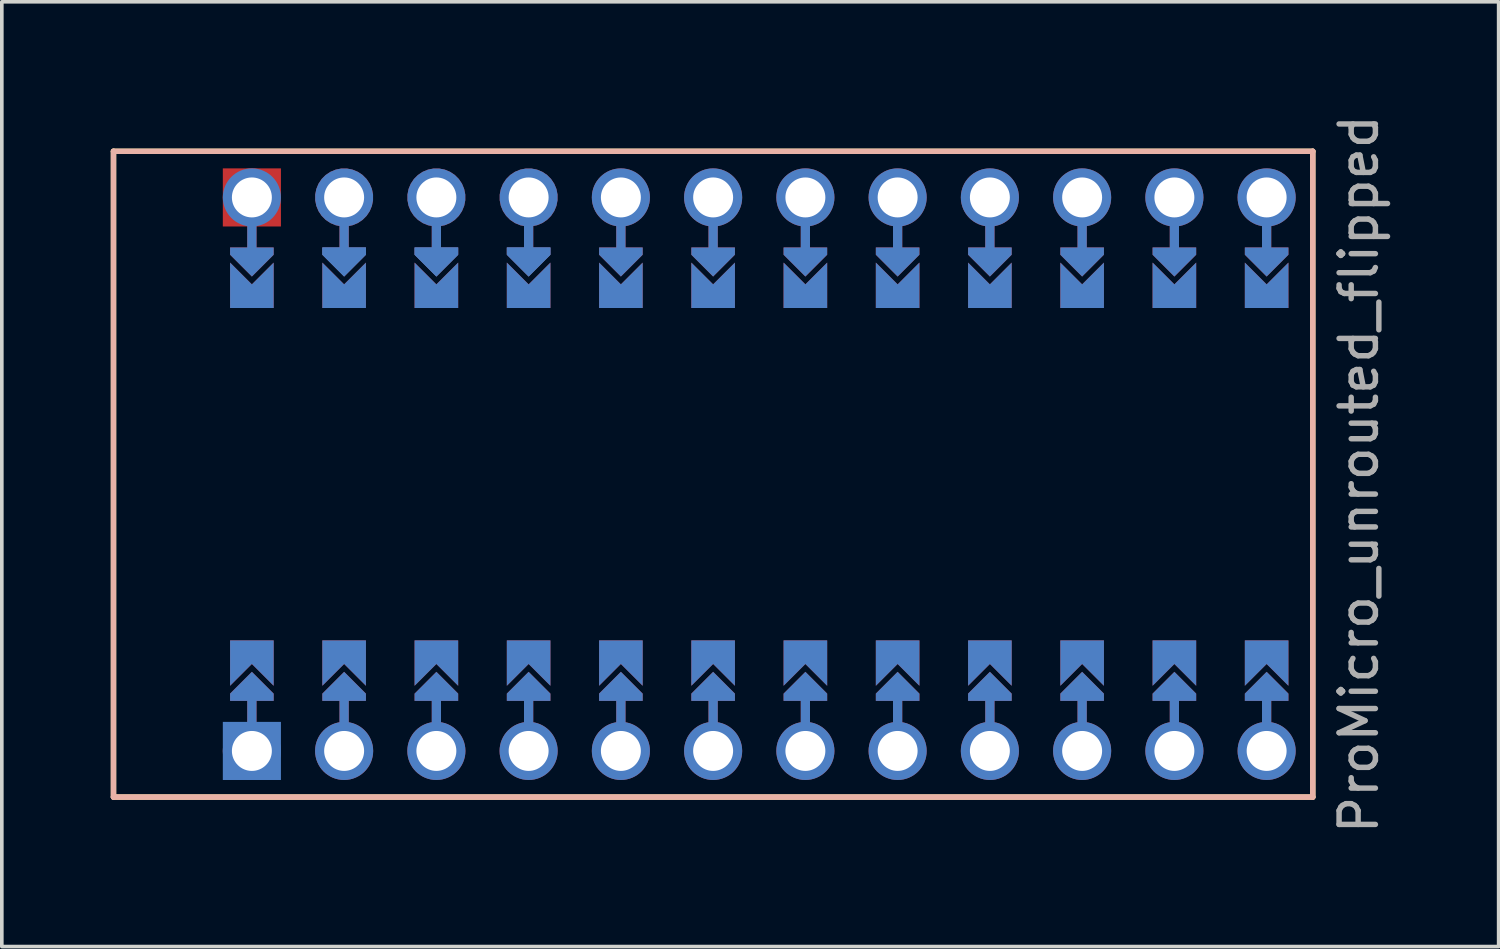
<source format=kicad_pcb>
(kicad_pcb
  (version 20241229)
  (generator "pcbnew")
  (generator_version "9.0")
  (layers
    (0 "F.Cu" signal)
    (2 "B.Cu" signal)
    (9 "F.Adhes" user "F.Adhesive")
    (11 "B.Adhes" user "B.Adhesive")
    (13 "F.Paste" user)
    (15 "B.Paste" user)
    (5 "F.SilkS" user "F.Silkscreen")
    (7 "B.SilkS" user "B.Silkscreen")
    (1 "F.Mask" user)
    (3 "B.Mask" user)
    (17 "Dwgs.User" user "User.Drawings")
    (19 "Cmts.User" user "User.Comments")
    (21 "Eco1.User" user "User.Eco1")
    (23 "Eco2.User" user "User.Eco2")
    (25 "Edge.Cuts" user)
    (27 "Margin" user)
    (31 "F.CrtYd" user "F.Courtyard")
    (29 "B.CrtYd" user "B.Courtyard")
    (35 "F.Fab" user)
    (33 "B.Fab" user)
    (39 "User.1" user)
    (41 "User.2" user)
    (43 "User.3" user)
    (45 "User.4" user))
  (footprint "ProMicro_unrouted_flipped"
    (layer "F.Cu")
    (at 17.855 10.006)
    (property "Reference" "ProMicro_unrouted_flipped" (at 16.51 0 90) (layer "F.Fab") (effects (font (size 1 1) (thickness 0.15))))
    (attr through_hole)
    (fp_line (start -13.97 -7.62) (end -13.97 -5.842) (stroke (width 0.254) (type default)) (layer "F.Cu"))
    (fp_line (start -13.97 7.62) (end -13.97 5.842) (stroke (width 0.254) (type default)) (layer "F.Cu"))
    (fp_line (start -11.43 7.62) (end -11.43 5.842) (stroke (width 0.254) (type default)) (layer "F.Cu"))
    (fp_line (start -8.89 7.62) (end -8.89 5.842) (stroke (width 0.254) (type default)) (layer "F.Cu"))
    (fp_line (start -6.35 7.62) (end -6.35 5.842) (stroke (width 0.254) (type default)) (layer "F.Cu"))
    (fp_line (start -3.81 -7.62) (end -3.81 -5.842) (stroke (width 0.254) (type default)) (layer "F.Cu"))
    (fp_line (start -3.81 7.62) (end -3.81 5.842) (stroke (width 0.254) (type default)) (layer "F.Cu"))
    (fp_line (start -1.27 -7.62) (end -1.27 -5.842) (stroke (width 0.254) (type default)) (layer "F.Cu"))
    (fp_line (start -1.27 7.62) (end -1.27 5.842) (stroke (width 0.254) (type default)) (layer "F.Cu"))
    (fp_line (start 1.27 -7.62) (end 1.27 -5.842) (stroke (width 0.254) (type default)) (layer "F.Cu"))
    (fp_line (start 1.27 7.62) (end 1.27 5.842) (stroke (width 0.254) (type default)) (layer "F.Cu"))
    (fp_line (start 3.81 -7.62) (end 3.81 -5.842) (stroke (width 0.254) (type default)) (layer "F.Cu"))
    (fp_line (start 3.81 7.62) (end 3.81 5.842) (stroke (width 0.254) (type default)) (layer "F.Cu"))
    (fp_line (start 6.35 -7.62) (end 6.35 -5.842) (stroke (width 0.254) (type default)) (layer "F.Cu"))
    (fp_line (start 6.35 7.62) (end 6.35 5.842) (stroke (width 0.254) (type default)) (layer "F.Cu"))
    (fp_line (start 8.89 -7.62) (end 8.89 -5.842) (stroke (width 0.254) (type default)) (layer "F.Cu"))
    (fp_line (start 8.89 7.62) (end 8.89 5.842) (stroke (width 0.254) (type default)) (layer "F.Cu"))
    (fp_line (start 11.43 -7.62) (end 11.43 -5.842) (stroke (width 0.254) (type default)) (layer "F.Cu"))
    (fp_line (start 11.43 7.62) (end 11.43 5.842) (stroke (width 0.254) (type default)) (layer "F.Cu"))
    (fp_line (start 13.97 -7.62) (end 13.97 -5.842) (stroke (width 0.254) (type default)) (layer "F.Cu"))
    (fp_line (start 13.97 7.62) (end 13.97 5.842) (stroke (width 0.254) (type default)) (layer "F.Cu"))
    (fp_poly (pts (xy -14.478 -5.08) (xy -13.462 -5.08) (xy -13.462 -6.096) (xy -14.478 -6.096)) (stroke (width 0.2) (type solid)) (fill yes) (layer "F.Mask"))
    (fp_poly (pts (xy -13.462 5.08) (xy -14.478 5.08) (xy -14.478 6.096) (xy -13.462 6.096)) (stroke (width 0.2) (type solid)) (fill yes) (layer "F.Mask"))
    (fp_poly (pts (xy -11.938 -5.08) (xy -10.922 -5.08) (xy -10.922 -6.096) (xy -11.938 -6.096)) (stroke (width 0.2) (type solid)) (fill yes) (layer "F.Mask"))
    (fp_poly (pts (xy -10.922 5.08) (xy -11.938 5.08) (xy -11.938 6.096) (xy -10.922 6.096)) (stroke (width 0.2) (type solid)) (fill yes) (layer "F.Mask"))
    (fp_poly (pts (xy -9.398 -5.08) (xy -8.382 -5.08) (xy -8.382 -6.096) (xy -9.398 -6.096)) (stroke (width 0.2) (type solid)) (fill yes) (layer "F.Mask"))
    (fp_poly (pts (xy -8.382 5.08) (xy -9.398 5.08) (xy -9.398 6.096) (xy -8.382 6.096)) (stroke (width 0.2) (type solid)) (fill yes) (layer "F.Mask"))
    (fp_poly (pts (xy -6.858 -5.08) (xy -5.842 -5.08) (xy -5.842 -6.096) (xy -6.858 -6.096)) (stroke (width 0.2) (type solid)) (fill yes) (layer "F.Mask"))
    (fp_poly (pts (xy -5.842 5.08) (xy -6.858 5.08) (xy -6.858 6.096) (xy -5.842 6.096)) (stroke (width 0.2) (type solid)) (fill yes) (layer "F.Mask"))
    (fp_poly (pts (xy -4.318 -5.08) (xy -3.302 -5.08) (xy -3.302 -6.096) (xy -4.318 -6.096)) (stroke (width 0.2) (type solid)) (fill yes) (layer "F.Mask"))
    (fp_poly (pts (xy -3.302 5.08) (xy -4.318 5.08) (xy -4.318 6.096) (xy -3.302 6.096)) (stroke (width 0.2) (type solid)) (fill yes) (layer "F.Mask"))
    (fp_poly (pts (xy -1.778 -5.08) (xy -0.762 -5.08) (xy -0.762 -6.096) (xy -1.778 -6.096)) (stroke (width 0.2) (type solid)) (fill yes) (layer "F.Mask"))
    (fp_poly (pts (xy -0.762 5.08) (xy -1.778 5.08) (xy -1.778 6.096) (xy -0.762 6.096)) (stroke (width 0.2) (type solid)) (fill yes) (layer "F.Mask"))
    (fp_poly (pts (xy 0.762 -5.08) (xy 1.778 -5.08) (xy 1.778 -6.096) (xy 0.762 -6.096)) (stroke (width 0.2) (type solid)) (fill yes) (layer "F.Mask"))
    (fp_poly (pts (xy 1.778 5.08) (xy 0.762 5.08) (xy 0.762 6.096) (xy 1.778 6.096)) (stroke (width 0.2) (type solid)) (fill yes) (layer "F.Mask"))
    (fp_poly (pts (xy 3.302 -5.08) (xy 4.318 -5.08) (xy 4.318 -6.096) (xy 3.302 -6.096)) (stroke (width 0.2) (type solid)) (fill yes) (layer "F.Mask"))
    (fp_poly (pts (xy 4.318 5.08) (xy 3.302 5.08) (xy 3.302 6.096) (xy 4.318 6.096)) (stroke (width 0.2) (type solid)) (fill yes) (layer "F.Mask"))
    (fp_poly (pts (xy 5.842 -5.08) (xy 6.858 -5.08) (xy 6.858 -6.096) (xy 5.842 -6.096)) (stroke (width 0.2) (type solid)) (fill yes) (layer "F.Mask"))
    (fp_poly (pts (xy 6.858 5.08) (xy 5.842 5.08) (xy 5.842 6.096) (xy 6.858 6.096)) (stroke (width 0.2) (type solid)) (fill yes) (layer "F.Mask"))
    (fp_poly (pts (xy 8.382 -5.08) (xy 9.398 -5.08) (xy 9.398 -6.096) (xy 8.382 -6.096)) (stroke (width 0.2) (type solid)) (fill yes) (layer "F.Mask"))
    (fp_poly (pts (xy 9.398 5.08) (xy 8.382 5.08) (xy 8.382 6.096) (xy 9.398 6.096)) (stroke (width 0.2) (type solid)) (fill yes) (layer "F.Mask"))
    (fp_poly (pts (xy 10.922 -5.08) (xy 11.938 -5.08) (xy 11.938 -6.096) (xy 10.922 -6.096)) (stroke (width 0.2) (type solid)) (fill yes) (layer "F.Mask"))
    (fp_poly (pts (xy 11.938 5.08) (xy 10.922 5.08) (xy 10.922 6.096) (xy 11.938 6.096)) (stroke (width 0.2) (type solid)) (fill yes) (layer "F.Mask"))
    (fp_poly (pts (xy 13.462 -5.08) (xy 14.478 -5.08) (xy 14.478 -6.096) (xy 13.462 -6.096)) (stroke (width 0.2) (type solid)) (fill yes) (layer "F.Mask"))
    (fp_poly (pts (xy 14.478 5.08) (xy 13.462 5.08) (xy 13.462 6.096) (xy 14.478 6.096)) (stroke (width 0.2) (type solid)) (fill yes) (layer "F.Mask"))
    (fp_line (start -13.97 -7.62) (end -13.97 -5.842) (stroke (width 0.254) (type default)) (layer "B.Cu"))
    (fp_line (start -13.97 7.62) (end -13.97 5.842) (stroke (width 0.254) (type default)) (layer "B.Cu"))
    (fp_line (start -11.43 7.62) (end -11.43 5.842) (stroke (width 0.254) (type default)) (layer "B.Cu"))
    (fp_line (start -8.89 7.62) (end -8.89 5.842) (stroke (width 0.254) (type default)) (layer "B.Cu"))
    (fp_line (start -6.35 7.62) (end -6.35 5.842) (stroke (width 0.254) (type default)) (layer "B.Cu"))
    (fp_line (start -3.81 -7.62) (end -3.81 -5.842) (stroke (width 0.254) (type default)) (layer "B.Cu"))
    (fp_line (start -3.81 7.62) (end -3.81 5.842) (stroke (width 0.254) (type default)) (layer "B.Cu"))
    (fp_line (start -1.27 -7.62) (end -1.27 -5.842) (stroke (width 0.254) (type default)) (layer "B.Cu"))
    (fp_line (start -1.27 7.62) (end -1.27 5.842) (stroke (width 0.254) (type default)) (layer "B.Cu"))
    (fp_line (start 1.27 -7.62) (end 1.27 -5.842) (stroke (width 0.254) (type default)) (layer "B.Cu"))
    (fp_line (start 1.27 7.62) (end 1.27 5.842) (stroke (width 0.254) (type default)) (layer "B.Cu"))
    (fp_line (start 3.81 -7.62) (end 3.81 -5.842) (stroke (width 0.254) (type default)) (layer "B.Cu"))
    (fp_line (start 3.81 7.62) (end 3.81 5.842) (stroke (width 0.254) (type default)) (layer "B.Cu"))
    (fp_line (start 6.35 -7.62) (end 6.35 -5.842) (stroke (width 0.254) (type default)) (layer "B.Cu"))
    (fp_line (start 6.35 7.62) (end 6.35 5.842) (stroke (width 0.254) (type default)) (layer "B.Cu"))
    (fp_line (start 8.89 -7.62) (end 8.89 -5.842) (stroke (width 0.254) (type default)) (layer "B.Cu"))
    (fp_line (start 8.89 7.62) (end 8.89 5.842) (stroke (width 0.254) (type default)) (layer "B.Cu"))
    (fp_line (start 11.43 -7.62) (end 11.43 -5.842) (stroke (width 0.254) (type default)) (layer "B.Cu"))
    (fp_line (start 11.43 7.62) (end 11.43 5.842) (stroke (width 0.254) (type default)) (layer "B.Cu"))
    (fp_line (start 13.97 -7.62) (end 13.97 -5.842) (stroke (width 0.254) (type default)) (layer "B.Cu"))
    (fp_line (start 13.97 7.62) (end 13.97 5.842) (stroke (width 0.254) (type default)) (layer "B.Cu"))
    (fp_poly (pts (xy -14.478 -5.08) (xy -13.462 -5.08) (xy -13.462 -6.096) (xy -14.478 -6.096)) (stroke (width 0.2) (type solid)) (fill yes) (layer "B.Mask"))
    (fp_poly (pts (xy -13.462 5.08) (xy -14.478 5.08) (xy -14.478 6.096) (xy -13.462 6.096)) (stroke (width 0.2) (type solid)) (fill yes) (layer "B.Mask"))
    (fp_poly (pts (xy -11.938 -5.08) (xy -10.922 -5.08) (xy -10.922 -6.096) (xy -11.938 -6.096)) (stroke (width 0.2) (type solid)) (fill yes) (layer "B.Mask"))
    (fp_poly (pts (xy -10.922 5.08) (xy -11.938 5.08) (xy -11.938 6.096) (xy -10.922 6.096)) (stroke (width 0.2) (type solid)) (fill yes) (layer "B.Mask"))
    (fp_poly (pts (xy -9.398 -5.08) (xy -8.382 -5.08) (xy -8.382 -6.096) (xy -9.398 -6.096)) (stroke (width 0.2) (type solid)) (fill yes) (layer "B.Mask"))
    (fp_poly (pts (xy -8.382 5.08) (xy -9.398 5.08) (xy -9.398 6.096) (xy -8.382 6.096)) (stroke (width 0.2) (type solid)) (fill yes) (layer "B.Mask"))
    (fp_poly (pts (xy -6.858 -5.08) (xy -5.842 -5.08) (xy -5.842 -6.096) (xy -6.858 -6.096)) (stroke (width 0.2) (type solid)) (fill yes) (layer "B.Mask"))
    (fp_poly (pts (xy -5.842 5.08) (xy -6.858 5.08) (xy -6.858 6.096) (xy -5.842 6.096)) (stroke (width 0.2) (type solid)) (fill yes) (layer "B.Mask"))
    (fp_poly (pts (xy -4.318 -5.08) (xy -3.302 -5.08) (xy -3.302 -6.096) (xy -4.318 -6.096)) (stroke (width 0.2) (type solid)) (fill yes) (layer "B.Mask"))
    (fp_poly (pts (xy -3.302 5.08) (xy -4.318 5.08) (xy -4.318 6.096) (xy -3.302 6.096)) (stroke (width 0.2) (type solid)) (fill yes) (layer "B.Mask"))
    (fp_poly (pts (xy -1.778 -5.08) (xy -0.762 -5.08) (xy -0.762 -6.096) (xy -1.778 -6.096)) (stroke (width 0.2) (type solid)) (fill yes) (layer "B.Mask"))
    (fp_poly (pts (xy -0.762 5.08) (xy -1.778 5.08) (xy -1.778 6.096) (xy -0.762 6.096)) (stroke (width 0.2) (type solid)) (fill yes) (layer "B.Mask"))
    (fp_poly (pts (xy 0.762 -5.08) (xy 1.778 -5.08) (xy 1.778 -6.096) (xy 0.762 -6.096)) (stroke (width 0.2) (type solid)) (fill yes) (layer "B.Mask"))
    (fp_poly (pts (xy 1.778 5.08) (xy 0.762 5.08) (xy 0.762 6.096) (xy 1.778 6.096)) (stroke (width 0.2) (type solid)) (fill yes) (layer "B.Mask"))
    (fp_poly (pts (xy 3.302 -5.08) (xy 4.318 -5.08) (xy 4.318 -6.096) (xy 3.302 -6.096)) (stroke (width 0.2) (type solid)) (fill yes) (layer "B.Mask"))
    (fp_poly (pts (xy 4.318 5.08) (xy 3.302 5.08) (xy 3.302 6.096) (xy 4.318 6.096)) (stroke (width 0.2) (type solid)) (fill yes) (layer "B.Mask"))
    (fp_poly (pts (xy 5.842 -5.08) (xy 6.858 -5.08) (xy 6.858 -6.096) (xy 5.842 -6.096)) (stroke (width 0.2) (type solid)) (fill yes) (layer "B.Mask"))
    (fp_poly (pts (xy 6.858 5.08) (xy 5.842 5.08) (xy 5.842 6.096) (xy 6.858 6.096)) (stroke (width 0.2) (type solid)) (fill yes) (layer "B.Mask"))
    (fp_poly (pts (xy 8.382 -5.08) (xy 9.398 -5.08) (xy 9.398 -6.096) (xy 8.382 -6.096)) (stroke (width 0.2) (type solid)) (fill yes) (layer "B.Mask"))
    (fp_poly (pts (xy 9.398 5.08) (xy 8.382 5.08) (xy 8.382 6.096) (xy 9.398 6.096)) (stroke (width 0.2) (type solid)) (fill yes) (layer "B.Mask"))
    (fp_poly (pts (xy 10.922 -5.08) (xy 11.938 -5.08) (xy 11.938 -6.096) (xy 10.922 -6.096)) (stroke (width 0.2) (type solid)) (fill yes) (layer "B.Mask"))
    (fp_poly (pts (xy 11.938 5.08) (xy 10.922 5.08) (xy 10.922 6.096) (xy 11.938 6.096)) (stroke (width 0.2) (type solid)) (fill yes) (layer "B.Mask"))
    (fp_poly (pts (xy 13.462 -5.08) (xy 14.478 -5.08) (xy 14.478 -6.096) (xy 13.462 -6.096)) (stroke (width 0.2) (type solid)) (fill yes) (layer "B.Mask"))
    (fp_poly (pts (xy 14.478 5.08) (xy 13.462 5.08) (xy 13.462 6.096) (xy 14.478 6.096)) (stroke (width 0.2) (type solid)) (fill yes) (layer "B.Mask"))
    (fp_line (start -17.78 -8.89) (end 15.24 -8.89) (stroke (width 0.15) (type solid)) (layer "F.SilkS"))
    (fp_line (start -17.78 8.89) (end -17.78 -8.89) (stroke (width 0.15) (type solid)) (layer "F.SilkS"))
    (fp_line (start -17.78 8.89) (end 15.24 8.89) (stroke (width 0.15) (type solid)) (layer "F.SilkS"))
    (fp_line (start 15.24 8.89) (end 15.24 -8.89) (stroke (width 0.15) (type solid)) (layer "F.SilkS"))
    (fp_line (start -17.78 -8.89) (end 15.24 -8.89) (stroke (width 0.15) (type solid)) (layer "B.SilkS"))
    (fp_line (start -17.78 8.89) (end -17.78 -8.89) (stroke (width 0.15) (type solid)) (layer "B.SilkS"))
    (fp_line (start -17.78 8.89) (end 15.24 8.89) (stroke (width 0.15) (type solid)) (layer "B.SilkS"))
    (fp_line (start 15.24 8.89) (end 15.24 -8.89) (stroke (width 0.15) (type solid)) (layer "B.SilkS"))
    (pad "" thru_hole circle (at -13.97 -7.62) (size 1.6 1.6) (drill 1.1) (layers "*.Cu" "*.Paste" "*.Mask"))
    (pad "" smd rect (at -13.97 -7.62 90) (size 1.6 1.6) (layers "F.Cu" "F.Mask" "F.Paste"))
    (pad "" smd custom (at -13.97 -5.842 180) (size 0.1 0.1) (layers "F.Cu" "F.Mask") (options (anchor rect)) (primitives (gr_poly (pts (xy 0.6 0.4) (xy -0.6 0.4) (xy -0.6 0.2) (xy 0 -0.4) (xy 0.6 0.2)) (width 0) (fill yes))))
    (pad "" smd custom (at -13.97 -5.842 180) (size 0.1 0.1) (layers "B.Cu" "B.Mask") (options (anchor rect)) (primitives (gr_poly (pts (xy 0.6 0.4) (xy -0.6 0.4) (xy -0.6 0.2) (xy 0 -0.4) (xy 0.6 0.2)) (width 0) (fill yes))))
    (pad "" smd custom (at -13.97 5.842) (size 0.1 0.1) (layers "F.Cu" "F.Mask") (options (anchor rect)) (primitives (gr_poly (pts (xy 0.6 0.4) (xy -0.6 0.4) (xy -0.6 0.2) (xy 0 -0.4) (xy 0.6 0.2)) (width 0) (fill yes))))
    (pad "" smd custom (at -13.97 5.842) (size 0.1 0.1) (layers "B.Cu" "B.Mask") (options (anchor rect)) (primitives (gr_poly (pts (xy 0.6 0.4) (xy -0.6 0.4) (xy -0.6 0.2) (xy 0 -0.4) (xy 0.6 0.2)) (width 0) (fill yes))))
    (pad "" thru_hole circle (at -13.97 7.62) (size 1.6 1.6) (drill 1.1) (layers "*.Cu" "*.Paste" "*.Mask"))
    (pad "" smd rect (at -13.97 7.62) (size 1.6 1.6) (layers "B.Cu" "B.Mask" "B.Paste"))
    (pad "" thru_hole custom (at -11.43 -7.62) (size 1.6 1.6) (drill 1.1) (layers "*.Cu" "*.Paste" "*.Mask") (options (anchor circle)) (primitives (gr_line (start 0 0) (end 0 1.778) (width 0.254)) (gr_poly (pts (xy -0.6 1.578) (xy -0.6 1.378) (xy 0.6 1.378) (xy 0.6 1.578) (xy 0 2.178)) (width 0) (fill yes))))
    (pad "" smd custom (at -11.43 -5.842 180) (size 0.1 0.1) (layers "B.Cu" "B.Mask") (options (anchor rect)) (primitives (gr_poly (pts (xy 0.6 0.4) (xy -0.6 0.4) (xy -0.6 0.2) (xy 0 -0.4) (xy 0.6 0.2)) (width 0) (fill yes))))
    (pad "" smd custom (at -11.43 5.842) (size 0.1 0.1) (layers "F.Cu" "F.Mask") (options (anchor rect)) (primitives (gr_poly (pts (xy 0.6 0.4) (xy -0.6 0.4) (xy -0.6 0.2) (xy 0 -0.4) (xy 0.6 0.2)) (width 0) (fill yes))))
    (pad "" smd custom (at -11.43 5.842) (size 0.1 0.1) (layers "B.Cu" "B.Mask") (options (anchor rect)) (primitives (gr_poly (pts (xy 0.6 0.4) (xy -0.6 0.4) (xy -0.6 0.2) (xy 0 -0.4) (xy 0.6 0.2)) (width 0) (fill yes))))
    (pad "" thru_hole circle (at -11.43 7.62) (size 1.6 1.6) (drill 1.1) (layers "*.Cu" "*.Paste" "*.Mask"))
    (pad "" thru_hole custom (at -8.89 -7.62) (size 1.6 1.6) (drill 1.1) (layers "*.Cu" "*.Paste" "*.Mask") (options (anchor circle)) (primitives (gr_line (start 0 0) (end 0 1.778) (width 0.254)) (gr_poly (pts (xy -0.6 1.578) (xy -0.6 1.378) (xy 0.6 1.378) (xy 0.6 1.578) (xy 0 2.178)) (width 0) (fill yes))))
    (pad "" smd custom (at -8.89 -5.842 180) (size 0.1 0.1) (layers "B.Cu" "B.Mask") (options (anchor rect)) (primitives (gr_poly (pts (xy 0.6 0.4) (xy -0.6 0.4) (xy -0.6 0.2) (xy 0 -0.4) (xy 0.6 0.2)) (width 0) (fill yes))))
    (pad "" smd custom (at -8.89 5.842) (size 0.1 0.1) (layers "F.Cu" "F.Mask") (options (anchor rect)) (primitives (gr_poly (pts (xy 0.6 0.4) (xy -0.6 0.4) (xy -0.6 0.2) (xy 0 -0.4) (xy 0.6 0.2)) (width 0) (fill yes))))
    (pad "" smd custom (at -8.89 5.842) (size 0.1 0.1) (layers "B.Cu" "B.Mask") (options (anchor rect)) (primitives (gr_poly (pts (xy 0.6 0.4) (xy -0.6 0.4) (xy -0.6 0.2) (xy 0 -0.4) (xy 0.6 0.2)) (width 0) (fill yes))))
    (pad "" thru_hole circle (at -8.89 7.62) (size 1.6 1.6) (drill 1.1) (layers "*.Cu" "*.Paste" "*.Mask"))
    (pad "" thru_hole custom (at -6.35 -7.62) (size 1.6 1.6) (drill 1.1) (layers "*.Cu" "*.Paste" "*.Mask") (options (anchor circle)) (primitives (gr_line (start 0 0) (end 0 1.778) (width 0.254)) (gr_poly (pts (xy -0.6 1.578) (xy -0.6 1.378) (xy 0.6 1.378) (xy 0.6 1.578) (xy 0 2.178)) (width 0) (fill yes))))
    (pad "" smd custom (at -6.35 -5.842 180) (size 0.1 0.1) (layers "B.Cu" "B.Mask") (options (anchor rect)) (primitives (gr_poly (pts (xy 0.6 0.4) (xy -0.6 0.4) (xy -0.6 0.2) (xy 0 -0.4) (xy 0.6 0.2)) (width 0) (fill yes))))
    (pad "" smd custom (at -6.35 5.842) (size 0.1 0.1) (layers "F.Cu" "F.Mask") (options (anchor rect)) (primitives (gr_poly (pts (xy 0.6 0.4) (xy -0.6 0.4) (xy -0.6 0.2) (xy 0 -0.4) (xy 0.6 0.2)) (width 0) (fill yes))))
    (pad "" smd custom (at -6.35 5.842) (size 0.1 0.1) (layers "B.Cu" "B.Mask") (options (anchor rect)) (primitives (gr_poly (pts (xy 0.6 0.4) (xy -0.6 0.4) (xy -0.6 0.2) (xy 0 -0.4) (xy 0.6 0.2)) (width 0) (fill yes))))
    (pad "" thru_hole circle (at -6.35 7.62) (size 1.6 1.6) (drill 1.1) (layers "*.Cu" "*.Paste" "*.Mask"))
    (pad "" thru_hole circle (at -3.81 -7.62) (size 1.6 1.6) (drill 1.1) (layers "*.Cu" "*.Paste" "*.Mask"))
    (pad "" smd custom (at -3.81 -5.842 180) (size 0.1 0.1) (layers "F.Cu" "F.Mask") (options (anchor rect)) (primitives (gr_poly (pts (xy 0.6 0.4) (xy -0.6 0.4) (xy -0.6 0.2) (xy 0 -0.4) (xy 0.6 0.2)) (width 0) (fill yes))))
    (pad "" smd custom (at -3.81 -5.842 180) (size 0.1 0.1) (layers "B.Cu" "B.Mask") (options (anchor rect)) (primitives (gr_poly (pts (xy 0.6 0.4) (xy -0.6 0.4) (xy -0.6 0.2) (xy 0 -0.4) (xy 0.6 0.2)) (width 0) (fill yes))))
    (pad "" smd custom (at -3.81 5.842) (size 0.1 0.1) (layers "F.Cu" "F.Mask") (options (anchor rect)) (primitives (gr_poly (pts (xy 0.6 0.4) (xy -0.6 0.4) (xy -0.6 0.2) (xy 0 -0.4) (xy 0.6 0.2)) (width 0) (fill yes))))
    (pad "" smd custom (at -3.81 5.842) (size 0.1 0.1) (layers "B.Cu" "B.Mask") (options (anchor rect)) (primitives (gr_poly (pts (xy 0.6 0.4) (xy -0.6 0.4) (xy -0.6 0.2) (xy 0 -0.4) (xy 0.6 0.2)) (width 0) (fill yes))))
    (pad "" thru_hole circle (at -3.81 7.62) (size 1.6 1.6) (drill 1.1) (layers "*.Cu" "*.Paste" "*.Mask"))
    (pad "" thru_hole circle (at -1.27 -7.62) (size 1.6 1.6) (drill 1.1) (layers "*.Cu" "*.Paste" "*.Mask"))
    (pad "" smd custom (at -1.27 -5.842 180) (size 0.1 0.1) (layers "F.Cu" "F.Mask") (options (anchor rect)) (primitives (gr_poly (pts (xy 0.6 0.4) (xy -0.6 0.4) (xy -0.6 0.2) (xy 0 -0.4) (xy 0.6 0.2)) (width 0) (fill yes))))
    (pad "" smd custom (at -1.27 -5.842 180) (size 0.1 0.1) (layers "B.Cu" "B.Mask") (options (anchor rect)) (primitives (gr_poly (pts (xy 0.6 0.4) (xy -0.6 0.4) (xy -0.6 0.2) (xy 0 -0.4) (xy 0.6 0.2)) (width 0) (fill yes))))
    (pad "" smd custom (at -1.27 5.842) (size 0.1 0.1) (layers "F.Cu" "F.Mask") (options (anchor rect)) (primitives (gr_poly (pts (xy 0.6 0.4) (xy -0.6 0.4) (xy -0.6 0.2) (xy 0 -0.4) (xy 0.6 0.2)) (width 0) (fill yes))))
    (pad "" smd custom (at -1.27 5.842) (size 0.1 0.1) (layers "B.Cu" "B.Mask") (options (anchor rect)) (primitives (gr_poly (pts (xy 0.6 0.4) (xy -0.6 0.4) (xy -0.6 0.2) (xy 0 -0.4) (xy 0.6 0.2)) (width 0) (fill yes))))
    (pad "" thru_hole circle (at -1.27 7.62) (size 1.6 1.6) (drill 1.1) (layers "*.Cu" "*.Paste" "*.Mask"))
    (pad "" thru_hole circle (at 1.27 -7.62) (size 1.6 1.6) (drill 1.1) (layers "*.Cu" "*.Paste" "*.Mask"))
    (pad "" smd custom (at 1.27 -5.842 180) (size 0.1 0.1) (layers "F.Cu" "F.Mask") (options (anchor rect)) (primitives (gr_poly (pts (xy 0.6 0.4) (xy -0.6 0.4) (xy -0.6 0.2) (xy 0 -0.4) (xy 0.6 0.2)) (width 0) (fill yes))))
    (pad "" smd custom (at 1.27 -5.842 180) (size 0.1 0.1) (layers "B.Cu" "B.Mask") (options (anchor rect)) (primitives (gr_poly (pts (xy 0.6 0.4) (xy -0.6 0.4) (xy -0.6 0.2) (xy 0 -0.4) (xy 0.6 0.2)) (width 0) (fill yes))))
    (pad "" smd custom (at 1.27 5.842) (size 0.1 0.1) (layers "F.Cu" "F.Mask") (options (anchor rect)) (primitives (gr_poly (pts (xy 0.6 0.4) (xy -0.6 0.4) (xy -0.6 0.2) (xy 0 -0.4) (xy 0.6 0.2)) (width 0) (fill yes))))
    (pad "" smd custom (at 1.27 5.842) (size 0.1 0.1) (layers "B.Cu" "B.Mask") (options (anchor rect)) (primitives (gr_poly (pts (xy 0.6 0.4) (xy -0.6 0.4) (xy -0.6 0.2) (xy 0 -0.4) (xy 0.6 0.2)) (width 0) (fill yes))))
    (pad "" thru_hole circle (at 1.27 7.62) (size 1.6 1.6) (drill 1.1) (layers "*.Cu" "*.Paste" "*.Mask"))
    (pad "" thru_hole circle (at 3.81 -7.62) (size 1.6 1.6) (drill 1.1) (layers "*.Cu" "*.Paste" "*.Mask"))
    (pad "" smd custom (at 3.81 -5.842 180) (size 0.1 0.1) (layers "F.Cu" "F.Mask") (options (anchor rect)) (primitives (gr_poly (pts (xy 0.6 0.4) (xy -0.6 0.4) (xy -0.6 0.2) (xy 0 -0.4) (xy 0.6 0.2)) (width 0) (fill yes))))
    (pad "" smd custom (at 3.81 -5.842 180) (size 0.1 0.1) (layers "B.Cu" "B.Mask") (options (anchor rect)) (primitives (gr_poly (pts (xy 0.6 0.4) (xy -0.6 0.4) (xy -0.6 0.2) (xy 0 -0.4) (xy 0.6 0.2)) (width 0) (fill yes))))
    (pad "" smd custom (at 3.81 5.842) (size 0.1 0.1) (layers "F.Cu" "F.Mask") (options (anchor rect)) (primitives (gr_poly (pts (xy 0.6 0.4) (xy -0.6 0.4) (xy -0.6 0.2) (xy 0 -0.4) (xy 0.6 0.2)) (width 0) (fill yes))))
    (pad "" smd custom (at 3.81 5.842) (size 0.1 0.1) (layers "B.Cu" "B.Mask") (options (anchor rect)) (primitives (gr_poly (pts (xy 0.6 0.4) (xy -0.6 0.4) (xy -0.6 0.2) (xy 0 -0.4) (xy 0.6 0.2)) (width 0) (fill yes))))
    (pad "" thru_hole circle (at 3.81 7.62) (size 1.6 1.6) (drill 1.1) (layers "*.Cu" "*.Paste" "*.Mask"))
    (pad "" thru_hole circle (at 6.35 -7.62) (size 1.6 1.6) (drill 1.1) (layers "*.Cu" "*.Paste" "*.Mask"))
    (pad "" smd custom (at 6.35 -5.842 180) (size 0.1 0.1) (layers "F.Cu" "F.Mask") (options (anchor rect)) (primitives (gr_poly (pts (xy 0.6 0.4) (xy -0.6 0.4) (xy -0.6 0.2) (xy 0 -0.4) (xy 0.6 0.2)) (width 0) (fill yes))))
    (pad "" smd custom (at 6.35 -5.842 180) (size 0.1 0.1) (layers "B.Cu" "B.Mask") (options (anchor rect)) (primitives (gr_poly (pts (xy 0.6 0.4) (xy -0.6 0.4) (xy -0.6 0.2) (xy 0 -0.4) (xy 0.6 0.2)) (width 0) (fill yes))))
    (pad "" smd custom (at 6.35 5.842) (size 0.1 0.1) (layers "F.Cu" "F.Mask") (options (anchor rect)) (primitives (gr_poly (pts (xy 0.6 0.4) (xy -0.6 0.4) (xy -0.6 0.2) (xy 0 -0.4) (xy 0.6 0.2)) (width 0) (fill yes))))
    (pad "" smd custom (at 6.35 5.842) (size 0.1 0.1) (layers "B.Cu" "B.Mask") (options (anchor rect)) (primitives (gr_poly (pts (xy 0.6 0.4) (xy -0.6 0.4) (xy -0.6 0.2) (xy 0 -0.4) (xy 0.6 0.2)) (width 0) (fill yes))))
    (pad "" thru_hole circle (at 6.35 7.62) (size 1.6 1.6) (drill 1.1) (layers "*.Cu" "*.Paste" "*.Mask"))
    (pad "" thru_hole circle (at 8.89 -7.62) (size 1.6 1.6) (drill 1.1) (layers "*.Cu" "*.Paste" "*.Mask"))
    (pad "" smd custom (at 8.89 -5.842 180) (size 0.1 0.1) (layers "F.Cu" "F.Mask") (options (anchor rect)) (primitives (gr_poly (pts (xy 0.6 0.4) (xy -0.6 0.4) (xy -0.6 0.2) (xy 0 -0.4) (xy 0.6 0.2)) (width 0) (fill yes))))
    (pad "" smd custom (at 8.89 -5.842 180) (size 0.1 0.1) (layers "B.Cu" "B.Mask") (options (anchor rect)) (primitives (gr_poly (pts (xy 0.6 0.4) (xy -0.6 0.4) (xy -0.6 0.2) (xy 0 -0.4) (xy 0.6 0.2)) (width 0) (fill yes))))
    (pad "" smd custom (at 8.89 5.842) (size 0.1 0.1) (layers "F.Cu" "F.Mask") (options (anchor rect)) (primitives (gr_poly (pts (xy 0.6 0.4) (xy -0.6 0.4) (xy -0.6 0.2) (xy 0 -0.4) (xy 0.6 0.2)) (width 0) (fill yes))))
    (pad "" smd custom (at 8.89 5.842) (size 0.1 0.1) (layers "B.Cu" "B.Mask") (options (anchor rect)) (primitives (gr_poly (pts (xy 0.6 0.4) (xy -0.6 0.4) (xy -0.6 0.2) (xy 0 -0.4) (xy 0.6 0.2)) (width 0) (fill yes))))
    (pad "" thru_hole circle (at 8.89 7.62) (size 1.6 1.6) (drill 1.1) (layers "*.Cu" "*.Paste" "*.Mask"))
    (pad "" thru_hole circle (at 11.43 -7.62) (size 1.6 1.6) (drill 1.1) (layers "*.Cu" "*.Paste" "*.Mask"))
    (pad "" smd custom (at 11.43 -5.842 180) (size 0.1 0.1) (layers "F.Cu" "F.Mask") (options (anchor rect)) (primitives (gr_poly (pts (xy 0.6 0.4) (xy -0.6 0.4) (xy -0.6 0.2) (xy 0 -0.4) (xy 0.6 0.2)) (width 0) (fill yes))))
    (pad "" smd custom (at 11.43 -5.842 180) (size 0.1 0.1) (layers "B.Cu" "B.Mask") (options (anchor rect)) (primitives (gr_poly (pts (xy 0.6 0.4) (xy -0.6 0.4) (xy -0.6 0.2) (xy 0 -0.4) (xy 0.6 0.2)) (width 0) (fill yes))))
    (pad "" smd custom (at 11.43 5.842) (size 0.1 0.1) (layers "F.Cu" "F.Mask") (options (anchor rect)) (primitives (gr_poly (pts (xy 0.6 0.4) (xy -0.6 0.4) (xy -0.6 0.2) (xy 0 -0.4) (xy 0.6 0.2)) (width 0) (fill yes))))
    (pad "" smd custom (at 11.43 5.842) (size 0.1 0.1) (layers "B.Cu" "B.Mask") (options (anchor rect)) (primitives (gr_poly (pts (xy 0.6 0.4) (xy -0.6 0.4) (xy -0.6 0.2) (xy 0 -0.4) (xy 0.6 0.2)) (width 0) (fill yes))))
    (pad "" thru_hole circle (at 11.43 7.62) (size 1.6 1.6) (drill 1.1) (layers "*.Cu" "*.Paste" "*.Mask"))
    (pad "" thru_hole circle (at 13.97 -7.62) (size 1.6 1.6) (drill 1.1) (layers "*.Cu" "*.Paste" "*.Mask"))
    (pad "" smd custom (at 13.97 -5.842 180) (size 0.1 0.1) (layers "F.Cu" "F.Mask") (options (anchor rect)) (primitives (gr_poly (pts (xy 0.6 0.4) (xy -0.6 0.4) (xy -0.6 0.2) (xy 0 -0.4) (xy 0.6 0.2)) (width 0) (fill yes))))
    (pad "" smd custom (at 13.97 -5.842 180) (size 0.1 0.1) (layers "B.Cu" "B.Mask") (options (anchor rect)) (primitives (gr_poly (pts (xy 0.6 0.4) (xy -0.6 0.4) (xy -0.6 0.2) (xy 0 -0.4) (xy 0.6 0.2)) (width 0) (fill yes))))
    (pad "" smd custom (at 13.97 5.842) (size 0.1 0.1) (layers "F.Cu" "F.Mask") (options (anchor rect)) (primitives (gr_poly (pts (xy 0.6 0.4) (xy -0.6 0.4) (xy -0.6 0.2) (xy 0 -0.4) (xy 0.6 0.2)) (width 0) (fill yes))))
    (pad "" smd custom (at 13.97 5.842) (size 0.1 0.1) (layers "B.Cu" "B.Mask") (options (anchor rect)) (primitives (gr_poly (pts (xy 0.6 0.4) (xy -0.6 0.4) (xy -0.6 0.2) (xy 0 -0.4) (xy 0.6 0.2)) (width 0) (fill yes))))
    (pad "" thru_hole circle (at 13.97 7.62) (size 1.6 1.6) (drill 1.1) (layers "*.Cu" "*.Paste" "*.Mask"))
    (pad "1" smd custom (at -13.97 -4.826 180) (size 1.2 0.5) (layers "B.Cu" "B.Mask") (options (anchor rect)) (primitives (gr_poly (pts (xy 0.6 0) (xy -0.6 0) (xy -0.6 1) (xy 0 0.4) (xy 0.6 1)) (width 0) (fill yes))))
    (pad "1" smd custom (at -13.97 4.826) (size 1.2 0.5) (layers "F.Cu" "F.Mask") (options (anchor rect)) (primitives (gr_poly (pts (xy 0.6 0) (xy -0.6 0) (xy -0.6 1) (xy 0 0.4) (xy 0.6 1)) (width 0) (fill yes))))
    (pad "2" smd custom (at -11.43 -4.826 180) (size 1.2 0.5) (layers "B.Cu" "B.Mask") (options (anchor rect)) (primitives (gr_poly (pts (xy 0.6 0) (xy -0.6 0) (xy -0.6 1) (xy 0 0.4) (xy 0.6 1)) (width 0) (fill yes))))
    (pad "2" smd custom (at -11.43 4.826) (size 1.2 0.5) (layers "F.Cu" "F.Mask") (options (anchor rect)) (primitives (gr_poly (pts (xy 0.6 0) (xy -0.6 0) (xy -0.6 1) (xy 0 0.4) (xy 0.6 1)) (width 0) (fill yes))))
    (pad "3" smd custom (at -8.89 -4.826 180) (size 1.2 0.5) (layers "B.Cu" "B.Mask") (options (anchor rect)) (primitives (gr_poly (pts (xy 0.6 0) (xy -0.6 0) (xy -0.6 1) (xy 0 0.4) (xy 0.6 1)) (width 0) (fill yes))))
    (pad "3" smd custom (at -8.89 4.826) (size 1.2 0.5) (layers "F.Cu" "F.Mask") (options (anchor rect)) (primitives (gr_poly (pts (xy 0.6 0) (xy -0.6 0) (xy -0.6 1) (xy 0 0.4) (xy 0.6 1)) (width 0) (fill yes))))
    (pad "4" smd custom (at -6.35 -4.826 180) (size 1.2 0.5) (layers "B.Cu" "B.Mask") (options (anchor rect)) (primitives (gr_poly (pts (xy 0.6 0) (xy -0.6 0) (xy -0.6 1) (xy 0 0.4) (xy 0.6 1)) (width 0) (fill yes))))
    (pad "4" smd custom (at -6.35 4.826) (size 1.2 0.5) (layers "F.Cu" "F.Mask") (options (anchor rect)) (primitives (gr_poly (pts (xy 0.6 0) (xy -0.6 0) (xy -0.6 1) (xy 0 0.4) (xy 0.6 1)) (width 0) (fill yes))))
    (pad "5" smd custom (at -3.81 -4.826 180) (size 1.2 0.5) (layers "B.Cu" "B.Mask") (options (anchor rect)) (primitives (gr_poly (pts (xy 0.6 0) (xy -0.6 0) (xy -0.6 1) (xy 0 0.4) (xy 0.6 1)) (width 0) (fill yes))))
    (pad "5" smd custom (at -3.81 4.826) (size 1.2 0.5) (layers "F.Cu" "F.Mask") (options (anchor rect)) (primitives (gr_poly (pts (xy 0.6 0) (xy -0.6 0) (xy -0.6 1) (xy 0 0.4) (xy 0.6 1)) (width 0) (fill yes))))
    (pad "6" smd custom (at -1.27 -4.826 180) (size 1.2 0.5) (layers "B.Cu" "B.Mask") (options (anchor rect)) (primitives (gr_poly (pts (xy 0.6 0) (xy -0.6 0) (xy -0.6 1) (xy 0 0.4) (xy 0.6 1)) (width 0) (fill yes))))
    (pad "6" smd custom (at -1.27 4.826) (size 1.2 0.5) (layers "F.Cu" "F.Mask") (options (anchor rect)) (primitives (gr_poly (pts (xy 0.6 0) (xy -0.6 0) (xy -0.6 1) (xy 0 0.4) (xy 0.6 1)) (width 0) (fill yes))))
    (pad "7" smd custom (at 1.27 -4.826 180) (size 1.2 0.5) (layers "B.Cu" "B.Mask") (options (anchor rect)) (primitives (gr_poly (pts (xy 0.6 0) (xy -0.6 0) (xy -0.6 1) (xy 0 0.4) (xy 0.6 1)) (width 0) (fill yes))))
    (pad "7" smd custom (at 1.27 4.826) (size 1.2 0.5) (layers "F.Cu" "F.Mask") (options (anchor rect)) (primitives (gr_poly (pts (xy 0.6 0) (xy -0.6 0) (xy -0.6 1) (xy 0 0.4) (xy 0.6 1)) (width 0) (fill yes))))
    (pad "8" smd custom (at 3.81 -4.826 180) (size 1.2 0.5) (layers "B.Cu" "B.Mask") (options (anchor rect)) (primitives (gr_poly (pts (xy 0.6 0) (xy -0.6 0) (xy -0.6 1) (xy 0 0.4) (xy 0.6 1)) (width 0) (fill yes))))
    (pad "8" smd custom (at 3.81 4.826) (size 1.2 0.5) (layers "F.Cu" "F.Mask") (options (anchor rect)) (primitives (gr_poly (pts (xy 0.6 0) (xy -0.6 0) (xy -0.6 1) (xy 0 0.4) (xy 0.6 1)) (width 0) (fill yes))))
    (pad "9" smd custom (at 6.35 -4.826 180) (size 1.2 0.5) (layers "B.Cu" "B.Mask") (options (anchor rect)) (primitives (gr_poly (pts (xy 0.6 0) (xy -0.6 0) (xy -0.6 1) (xy 0 0.4) (xy 0.6 1)) (width 0) (fill yes))))
    (pad "9" smd custom (at 6.35 4.826) (size 1.2 0.5) (layers "F.Cu" "F.Mask") (options (anchor rect)) (primitives (gr_poly (pts (xy 0.6 0) (xy -0.6 0) (xy -0.6 1) (xy 0 0.4) (xy 0.6 1)) (width 0) (fill yes))))
    (pad "10" smd custom (at 8.89 -4.826 180) (size 1.2 0.5) (layers "B.Cu" "B.Mask") (options (anchor rect)) (primitives (gr_poly (pts (xy 0.6 0) (xy -0.6 0) (xy -0.6 1) (xy 0 0.4) (xy 0.6 1)) (width 0) (fill yes))))
    (pad "10" smd custom (at 8.89 4.826) (size 1.2 0.5) (layers "F.Cu" "F.Mask") (options (anchor rect)) (primitives (gr_poly (pts (xy 0.6 0) (xy -0.6 0) (xy -0.6 1) (xy 0 0.4) (xy 0.6 1)) (width 0) (fill yes))))
    (pad "11" smd custom (at 11.43 -4.826 180) (size 1.2 0.5) (layers "B.Cu" "B.Mask") (options (anchor rect)) (primitives (gr_poly (pts (xy 0.6 0) (xy -0.6 0) (xy -0.6 1) (xy 0 0.4) (xy 0.6 1)) (width 0) (fill yes))))
    (pad "11" smd custom (at 11.43 4.826) (size 1.2 0.5) (layers "F.Cu" "F.Mask") (options (anchor rect)) (primitives (gr_poly (pts (xy 0.6 0) (xy -0.6 0) (xy -0.6 1) (xy 0 0.4) (xy 0.6 1)) (width 0) (fill yes))))
    (pad "12" smd custom (at 13.97 -4.826 180) (size 1.2 0.5) (layers "B.Cu" "B.Mask") (options (anchor rect)) (primitives (gr_poly (pts (xy 0.6 0) (xy -0.6 0) (xy -0.6 1) (xy 0 0.4) (xy 0.6 1)) (width 0) (fill yes))))
    (pad "12" smd custom (at 13.97 4.826) (size 1.2 0.5) (layers "F.Cu" "F.Mask") (options (anchor rect)) (primitives (gr_poly (pts (xy 0.6 0) (xy -0.6 0) (xy -0.6 1) (xy 0 0.4) (xy 0.6 1)) (width 0) (fill yes))))
    (pad "13" smd custom (at 13.97 -4.826 180) (size 1.2 0.5) (layers "F.Cu" "F.Mask") (options (anchor rect)) (primitives (gr_poly (pts (xy 0.6 0) (xy -0.6 0) (xy -0.6 1) (xy 0 0.4) (xy 0.6 1)) (width 0) (fill yes))))
    (pad "13" smd custom (at 13.97 4.826) (size 1.2 0.5) (layers "B.Cu" "B.Mask") (options (anchor rect)) (primitives (gr_poly (pts (xy 0.6 0) (xy -0.6 0) (xy -0.6 1) (xy 0 0.4) (xy 0.6 1)) (width 0) (fill yes))))
    (pad "14" smd custom (at 11.43 -4.826 180) (size 1.2 0.5) (layers "F.Cu" "F.Mask") (options (anchor rect)) (primitives (gr_poly (pts (xy 0.6 0) (xy -0.6 0) (xy -0.6 1) (xy 0 0.4) (xy 0.6 1)) (width 0) (fill yes))))
    (pad "14" smd custom (at 11.43 4.826) (size 1.2 0.5) (layers "B.Cu" "B.Mask") (options (anchor rect)) (primitives (gr_poly (pts (xy 0.6 0) (xy -0.6 0) (xy -0.6 1) (xy 0 0.4) (xy 0.6 1)) (width 0) (fill yes))))
    (pad "15" smd custom (at 8.89 -4.826 180) (size 1.2 0.5) (layers "F.Cu" "F.Mask") (options (anchor rect)) (primitives (gr_poly (pts (xy 0.6 0) (xy -0.6 0) (xy -0.6 1) (xy 0 0.4) (xy 0.6 1)) (width 0) (fill yes))))
    (pad "15" smd custom (at 8.89 4.826) (size 1.2 0.5) (layers "B.Cu" "B.Mask") (options (anchor rect)) (primitives (gr_poly (pts (xy 0.6 0) (xy -0.6 0) (xy -0.6 1) (xy 0 0.4) (xy 0.6 1)) (width 0) (fill yes))))
    (pad "16" smd custom (at 6.35 -4.826 180) (size 1.2 0.5) (layers "F.Cu" "F.Mask") (options (anchor rect)) (primitives (gr_poly (pts (xy 0.6 0) (xy -0.6 0) (xy -0.6 1) (xy 0 0.4) (xy 0.6 1)) (width 0) (fill yes))))
    (pad "16" smd custom (at 6.35 4.826) (size 1.2 0.5) (layers "B.Cu" "B.Mask") (options (anchor rect)) (primitives (gr_poly (pts (xy 0.6 0) (xy -0.6 0) (xy -0.6 1) (xy 0 0.4) (xy 0.6 1)) (width 0) (fill yes))))
    (pad "17" smd custom (at 3.81 -4.826 180) (size 1.2 0.5) (layers "F.Cu" "F.Mask") (options (anchor rect)) (primitives (gr_poly (pts (xy 0.6 0) (xy -0.6 0) (xy -0.6 1) (xy 0 0.4) (xy 0.6 1)) (width 0) (fill yes))))
    (pad "17" smd custom (at 3.81 4.826) (size 1.2 0.5) (layers "B.Cu" "B.Mask") (options (anchor rect)) (primitives (gr_poly (pts (xy 0.6 0) (xy -0.6 0) (xy -0.6 1) (xy 0 0.4) (xy 0.6 1)) (width 0) (fill yes))))
    (pad "18" smd custom (at 1.27 -4.826 180) (size 1.2 0.5) (layers "F.Cu" "F.Mask") (options (anchor rect)) (primitives (gr_poly (pts (xy 0.6 0) (xy -0.6 0) (xy -0.6 1) (xy 0 0.4) (xy 0.6 1)) (width 0) (fill yes))))
    (pad "18" smd custom (at 1.27 4.826) (size 1.2 0.5) (layers "B.Cu" "B.Mask") (options (anchor rect)) (primitives (gr_poly (pts (xy 0.6 0) (xy -0.6 0) (xy -0.6 1) (xy 0 0.4) (xy 0.6 1)) (width 0) (fill yes))))
    (pad "19" smd custom (at -1.27 -4.826 180) (size 1.2 0.5) (layers "F.Cu" "F.Mask") (options (anchor rect)) (primitives (gr_poly (pts (xy 0.6 0) (xy -0.6 0) (xy -0.6 1) (xy 0 0.4) (xy 0.6 1)) (width 0) (fill yes))))
    (pad "19" smd custom (at -1.27 4.826) (size 1.2 0.5) (layers "B.Cu" "B.Mask") (options (anchor rect)) (primitives (gr_poly (pts (xy 0.6 0) (xy -0.6 0) (xy -0.6 1) (xy 0 0.4) (xy 0.6 1)) (width 0) (fill yes))))
    (pad "20" smd custom (at -3.81 -4.826 180) (size 1.2 0.5) (layers "F.Cu" "F.Mask") (options (anchor rect)) (primitives (gr_poly (pts (xy 0.6 0) (xy -0.6 0) (xy -0.6 1) (xy 0 0.4) (xy 0.6 1)) (width 0) (fill yes))))
    (pad "20" smd custom (at -3.81 4.826) (size 1.2 0.5) (layers "B.Cu" "B.Mask") (options (anchor rect)) (primitives (gr_poly (pts (xy 0.6 0) (xy -0.6 0) (xy -0.6 1) (xy 0 0.4) (xy 0.6 1)) (width 0) (fill yes))))
    (pad "21" smd custom (at -6.35 -4.826 180) (size 1.2 0.5) (layers "F.Cu" "F.Mask") (options (anchor rect)) (primitives (gr_poly (pts (xy 0.6 0) (xy -0.6 0) (xy -0.6 1) (xy 0 0.4) (xy 0.6 1)) (width 0) (fill yes))))
    (pad "21" smd custom (at -6.35 4.826) (size 1.2 0.5) (layers "B.Cu" "B.Mask") (options (anchor rect)) (primitives (gr_poly (pts (xy 0.6 0) (xy -0.6 0) (xy -0.6 1) (xy 0 0.4) (xy 0.6 1)) (width 0) (fill yes))))
    (pad "22" smd custom (at -8.89 -4.826 180) (size 1.2 0.5) (layers "F.Cu" "F.Mask") (options (anchor rect)) (primitives (gr_poly (pts (xy 0.6 0) (xy -0.6 0) (xy -0.6 1) (xy 0 0.4) (xy 0.6 1)) (width 0) (fill yes))))
    (pad "22" smd custom (at -8.89 4.826) (size 1.2 0.5) (layers "B.Cu" "B.Mask") (options (anchor rect)) (primitives (gr_poly (pts (xy 0.6 0) (xy -0.6 0) (xy -0.6 1) (xy 0 0.4) (xy 0.6 1)) (width 0) (fill yes))))
    (pad "23" smd custom (at -11.43 -4.826 180) (size 1.2 0.5) (layers "F.Cu" "F.Mask") (options (anchor rect)) (primitives (gr_poly (pts (xy 0.6 0) (xy -0.6 0) (xy -0.6 1) (xy 0 0.4) (xy 0.6 1)) (width 0) (fill yes))))
    (pad "23" smd custom (at -11.43 4.826) (size 1.2 0.5) (layers "B.Cu" "B.Mask") (options (anchor rect)) (primitives (gr_poly (pts (xy 0.6 0) (xy -0.6 0) (xy -0.6 1) (xy 0 0.4) (xy 0.6 1)) (width 0) (fill yes))))
    (pad "24" smd custom (at -13.97 -4.826 180) (size 1.2 0.5) (layers "F.Cu" "F.Mask") (options (anchor rect)) (primitives (gr_poly (pts (xy 0.6 0) (xy -0.6 0) (xy -0.6 1) (xy 0 0.4) (xy 0.6 1)) (width 0) (fill yes))))
    (pad "24" smd custom (at -13.97 4.826) (size 1.2 0.5) (layers "B.Cu" "B.Mask") (options (anchor rect)) (primitives (gr_poly (pts (xy 0.6 0) (xy -0.6 0) (xy -0.6 1) (xy 0 0.4) (xy 0.6 1)) (width 0) (fill yes)))))
  (gr_rect
    (start -3 -3)
    (end 38.213 23.012)
    (stroke (width 0.1) (type default))
    (fill no)
    (layer "Edge.Cuts")))
</source>
